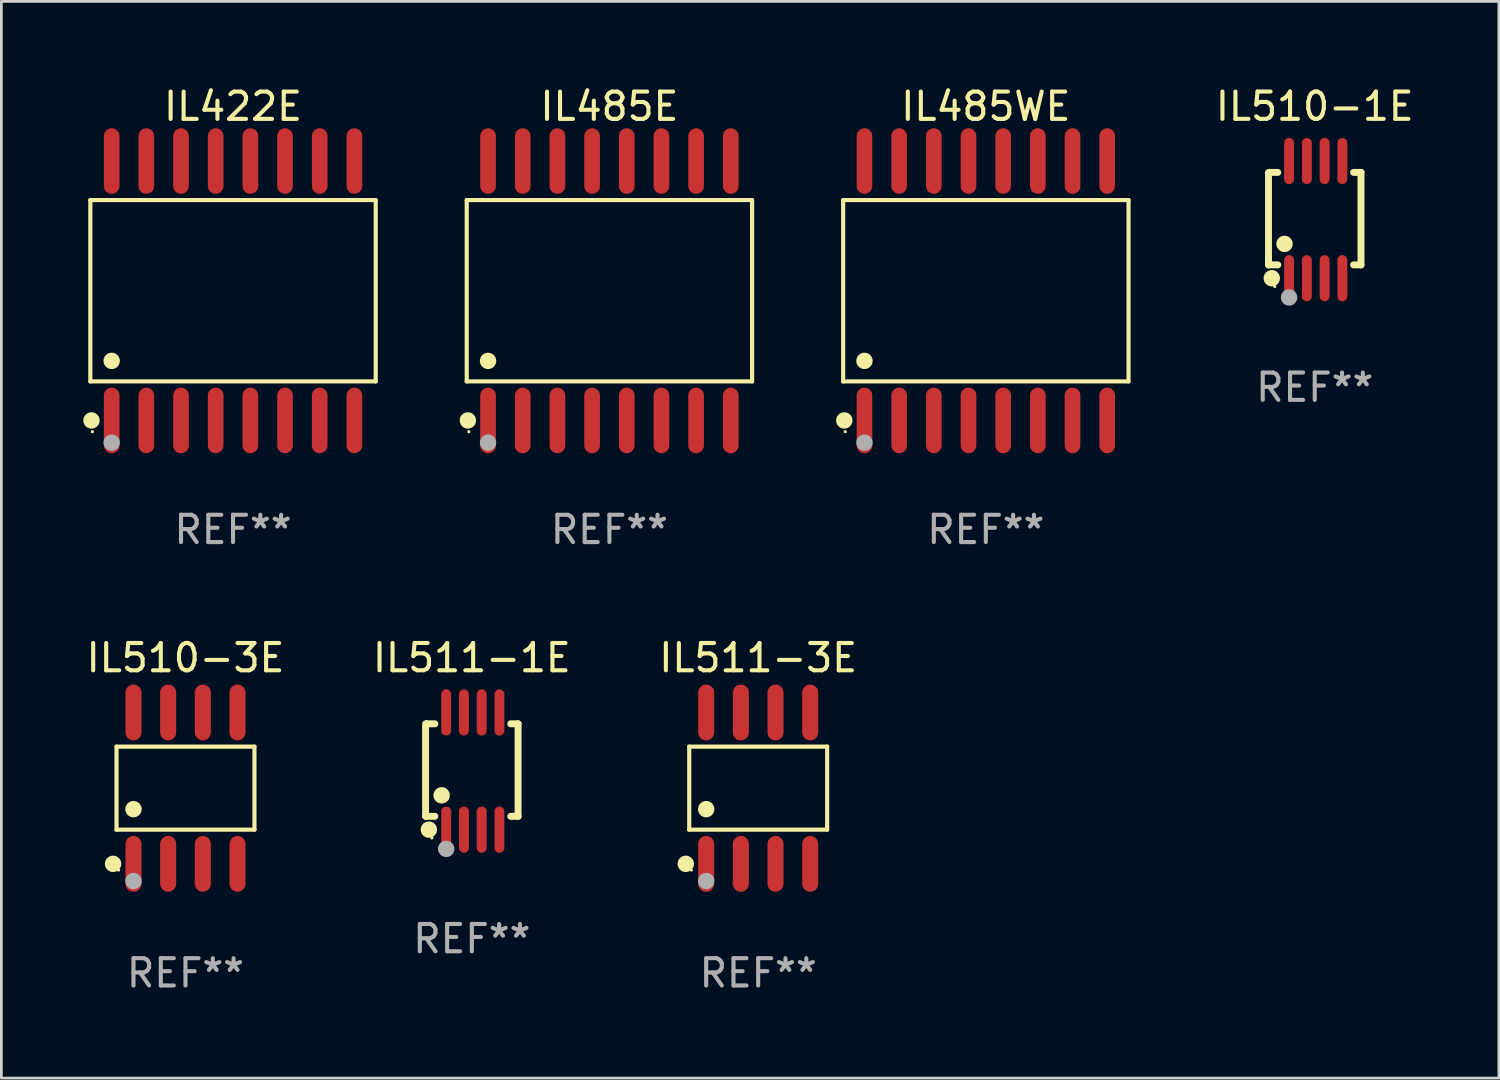
<source format=kicad_pcb>
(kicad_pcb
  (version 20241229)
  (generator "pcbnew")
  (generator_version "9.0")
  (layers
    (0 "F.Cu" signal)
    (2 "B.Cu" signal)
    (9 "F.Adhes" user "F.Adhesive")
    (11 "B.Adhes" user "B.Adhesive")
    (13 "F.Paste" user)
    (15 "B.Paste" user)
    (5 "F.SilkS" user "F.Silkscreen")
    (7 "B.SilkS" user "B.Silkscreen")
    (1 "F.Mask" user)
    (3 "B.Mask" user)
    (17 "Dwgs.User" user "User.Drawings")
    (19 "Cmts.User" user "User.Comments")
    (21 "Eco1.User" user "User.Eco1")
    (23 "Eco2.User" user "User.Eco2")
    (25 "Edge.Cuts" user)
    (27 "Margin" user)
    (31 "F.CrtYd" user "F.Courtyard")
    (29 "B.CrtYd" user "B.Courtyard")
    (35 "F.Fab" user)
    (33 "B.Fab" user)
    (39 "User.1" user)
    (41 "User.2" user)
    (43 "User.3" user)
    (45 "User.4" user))
  (footprint "IL511-3E"
    (layer "F.Cu")
    (at 24.72 25.818)
    (property "Reference" "IL511-3E" (at 0 -4.772 0) (layer "F.SilkS") (effects (font (size 1 1) (thickness 0.15))))
    (attr through_hole)
    (fp_line (start -2.526 -1.521) (end 2.526 -1.521) (stroke (width 0.152) (type solid)) (layer "F.SilkS"))
    (fp_line (start -2.526 1.521) (end -2.526 -1.521) (stroke (width 0.152) (type solid)) (layer "F.SilkS"))
    (fp_line (start 2.526 -1.521) (end 2.526 1.521) (stroke (width 0.152) (type solid)) (layer "F.SilkS"))
    (fp_line (start 2.526 1.521) (end -2.526 1.521) (stroke (width 0.152) (type solid)) (layer "F.SilkS"))
    (fp_circle (center -2.652 2.772) (end -2.501 2.772) (stroke (width 0.3) (type solid)) (fill no) (layer "F.SilkS"))
    (fp_circle (center -2.45 3) (end -2.42 3) (stroke (width 0.06) (type solid)) (fill no) (layer "F.SilkS"))
    (fp_circle (center -1.905 0.769) (end -1.755 0.769) (stroke (width 0.3) (type solid)) (fill no) (layer "F.SilkS"))
    (fp_circle (center -1.905 3.4) (end -1.755 3.4) (stroke (width 0.3) (type solid)) (fill no) (layer "F.Fab"))
    (fp_text user "REF**" (at 0 6.772 0) (layer "F.Fab") (effects (font (size 1 1) (thickness 0.15))))
    (pad "1" smd oval (at -1.905 2.772) (size 0.588 2.045) (layers "F.Cu" "F.Mask" "F.Paste"))
    (pad "2" smd oval (at -0.635 2.772) (size 0.588 2.045) (layers "F.Cu" "F.Mask" "F.Paste"))
    (pad "3" smd oval (at 0.635 2.772) (size 0.588 2.045) (layers "F.Cu" "F.Mask" "F.Paste"))
    (pad "4" smd oval (at 1.905 2.772) (size 0.588 2.045) (layers "F.Cu" "F.Mask" "F.Paste"))
    (pad "5" smd oval (at 1.905 -2.772) (size 0.588 2.045) (layers "F.Cu" "F.Mask" "F.Paste"))
    (pad "6" smd oval (at 0.635 -2.772) (size 0.588 2.045) (layers "F.Cu" "F.Mask" "F.Paste"))
    (pad "7" smd oval (at -0.635 -2.772) (size 0.588 2.045) (layers "F.Cu" "F.Mask" "F.Paste"))
    (pad "8" smd oval (at -1.905 -2.772) (size 0.588 2.045) (layers "F.Cu" "F.Mask" "F.Paste")))
  (footprint "IL485E"
    (layer "F.Cu")
    (at 19.271 7.599)
    (property "Reference" "IL485E" (at 0 -6.75 0) (layer "F.SilkS") (effects (font (size 1 1) (thickness 0.15))))
    (attr through_hole)
    (fp_line (start -5.226 -3.321) (end 5.226 -3.321) (stroke (width 0.152) (type solid)) (layer "F.SilkS"))
    (fp_line (start -5.226 3.321) (end -5.226 -3.321) (stroke (width 0.152) (type solid)) (layer "F.SilkS"))
    (fp_line (start 5.226 -3.321) (end 5.226 3.321) (stroke (width 0.152) (type solid)) (layer "F.SilkS"))
    (fp_line (start 5.226 3.321) (end -5.226 3.321) (stroke (width 0.152) (type solid)) (layer "F.SilkS"))
    (fp_circle (center -5.184 4.75) (end -5.034 4.75) (stroke (width 0.3) (type solid)) (fill no) (layer "F.SilkS"))
    (fp_circle (center -5.15 5.163) (end -5.12 5.163) (stroke (width 0.06) (type solid)) (fill no) (layer "F.SilkS"))
    (fp_circle (center -4.445 2.569) (end -4.295 2.569) (stroke (width 0.3) (type solid)) (fill no) (layer "F.SilkS"))
    (fp_circle (center -4.445 5.563) (end -4.295 5.563) (stroke (width 0.3) (type solid)) (fill no) (layer "F.Fab"))
    (fp_text user "REF**" (at 0 8.75 0) (layer "F.Fab") (effects (font (size 1 1) (thickness 0.15))))
    (pad "1" smd oval (at -4.445 4.75) (size 0.574 2.401) (layers "F.Cu" "F.Mask" "F.Paste"))
    (pad "2" smd oval (at -3.175 4.75) (size 0.574 2.401) (layers "F.Cu" "F.Mask" "F.Paste"))
    (pad "3" smd oval (at -1.905 4.75) (size 0.574 2.401) (layers "F.Cu" "F.Mask" "F.Paste"))
    (pad "4" smd oval (at -0.635 4.75) (size 0.574 2.401) (layers "F.Cu" "F.Mask" "F.Paste"))
    (pad "5" smd oval (at 0.635 4.75) (size 0.574 2.401) (layers "F.Cu" "F.Mask" "F.Paste"))
    (pad "6" smd oval (at 1.905 4.75) (size 0.574 2.401) (layers "F.Cu" "F.Mask" "F.Paste"))
    (pad "7" smd oval (at 3.175 4.75) (size 0.574 2.401) (layers "F.Cu" "F.Mask" "F.Paste"))
    (pad "8" smd oval (at 4.445 4.75) (size 0.574 2.401) (layers "F.Cu" "F.Mask" "F.Paste"))
    (pad "9" smd oval (at 4.445 -4.75) (size 0.574 2.401) (layers "F.Cu" "F.Mask" "F.Paste"))
    (pad "10" smd oval (at 3.175 -4.75) (size 0.574 2.401) (layers "F.Cu" "F.Mask" "F.Paste"))
    (pad "11" smd oval (at 1.905 -4.75) (size 0.574 2.401) (layers "F.Cu" "F.Mask" "F.Paste"))
    (pad "12" smd oval (at 0.635 -4.75) (size 0.574 2.401) (layers "F.Cu" "F.Mask" "F.Paste"))
    (pad "13" smd oval (at -0.635 -4.75) (size 0.574 2.401) (layers "F.Cu" "F.Mask" "F.Paste"))
    (pad "14" smd oval (at -1.905 -4.75) (size 0.574 2.401) (layers "F.Cu" "F.Mask" "F.Paste"))
    (pad "15" smd oval (at -3.175 -4.75) (size 0.574 2.401) (layers "F.Cu" "F.Mask" "F.Paste"))
    (pad "16" smd oval (at -4.445 -4.75) (size 0.574 2.401) (layers "F.Cu" "F.Mask" "F.Paste")))
  (footprint "IL511-1E"
    (layer "F.Cu")
    (at 14.232 25.191)
    (property "Reference" "IL511-1E" (at 0 -4.146 0) (layer "F.SilkS") (effects (font (size 1 1) (thickness 0.15))))
    (attr through_hole)
    (fp_line (start -1.694 -1.724) (end -1.694 1.652) (stroke (width 0.254) (type solid)) (layer "F.SilkS"))
    (fp_line (start -1.694 1.652) (end -1.688 1.658) (stroke (width 0.254) (type solid)) (layer "F.SilkS"))
    (fp_line (start -1.688 1.658) (end -1.353 1.658) (stroke (width 0.254) (type solid)) (layer "F.SilkS"))
    (fp_line (start -1.661 -1.73) (end -1.681 -1.71) (stroke (width 0.254) (type solid)) (layer "F.SilkS"))
    (fp_line (start -1.353 -1.73) (end -1.661 -1.73) (stroke (width 0.254) (type solid)) (layer "F.SilkS"))
    (fp_line (start 1.424 1.658) (end 1.694 1.658) (stroke (width 0.254) (type solid)) (layer "F.SilkS"))
    (fp_line (start 1.694 -1.73) (end 1.424 -1.73) (stroke (width 0.254) (type solid)) (layer "F.SilkS"))
    (fp_line (start 1.694 1.658) (end 1.694 -1.73) (stroke (width 0.254) (type solid)) (layer "F.SilkS"))
    (fp_circle (center -1.574 2.146) (end -1.424 2.146) (stroke (width 0.3) (type solid)) (fill no) (layer "F.SilkS"))
    (fp_circle (center -1.464 2.45) (end -1.434 2.45) (stroke (width 0.06) (type solid)) (fill no) (layer "F.SilkS"))
    (fp_circle (center -1.107 0.889) (end -0.957 0.889) (stroke (width 0.3) (type solid)) (fill no) (layer "F.SilkS"))
    (fp_circle (center -0.94 2.85) (end -0.789 2.85) (stroke (width 0.3) (type solid)) (fill no) (layer "F.Fab"))
    (fp_text user "REF**" (at 0 6.146 0) (layer "F.Fab") (effects (font (size 1 1) (thickness 0.15))))
    (pad "1" smd oval (at -0.94 2.146) (size 0.364 1.692) (layers "F.Cu" "F.Mask" "F.Paste"))
    (pad "2" smd oval (at -0.289 2.146) (size 0.364 1.692) (layers "F.Cu" "F.Mask" "F.Paste"))
    (pad "3" smd oval (at 0.361 2.146) (size 0.364 1.692) (layers "F.Cu" "F.Mask" "F.Paste"))
    (pad "4" smd oval (at 1.011 2.146) (size 0.364 1.692) (layers "F.Cu" "F.Mask" "F.Paste"))
    (pad "5" smd oval (at 1.011 -2.146) (size 0.364 1.692) (layers "F.Cu" "F.Mask" "F.Paste"))
    (pad "6" smd oval (at 0.361 -2.146) (size 0.364 1.692) (layers "F.Cu" "F.Mask" "F.Paste"))
    (pad "7" smd oval (at -0.289 -2.146) (size 0.364 1.692) (layers "F.Cu" "F.Mask" "F.Paste"))
    (pad "8" smd oval (at -0.94 -2.146) (size 0.364 1.692) (layers "F.Cu" "F.Mask" "F.Paste")))
  (footprint "IL485WE"
    (layer "F.Cu")
    (at 33.058 7.599)
    (property "Reference" "IL485WE" (at 0 -6.75 0) (layer "F.SilkS") (effects (font (size 1 1) (thickness 0.15))))
    (attr through_hole)
    (fp_line (start -5.226 -3.321) (end 5.226 -3.321) (stroke (width 0.152) (type solid)) (layer "F.SilkS"))
    (fp_line (start -5.226 3.321) (end -5.226 -3.321) (stroke (width 0.152) (type solid)) (layer "F.SilkS"))
    (fp_line (start 5.226 -3.321) (end 5.226 3.321) (stroke (width 0.152) (type solid)) (layer "F.SilkS"))
    (fp_line (start 5.226 3.321) (end -5.226 3.321) (stroke (width 0.152) (type solid)) (layer "F.SilkS"))
    (fp_circle (center -5.184 4.75) (end -5.034 4.75) (stroke (width 0.3) (type solid)) (fill no) (layer "F.SilkS"))
    (fp_circle (center -5.15 5.163) (end -5.12 5.163) (stroke (width 0.06) (type solid)) (fill no) (layer "F.SilkS"))
    (fp_circle (center -4.445 2.569) (end -4.295 2.569) (stroke (width 0.3) (type solid)) (fill no) (layer "F.SilkS"))
    (fp_circle (center -4.445 5.563) (end -4.295 5.563) (stroke (width 0.3) (type solid)) (fill no) (layer "F.Fab"))
    (fp_text user "REF**" (at 0 8.75 0) (layer "F.Fab") (effects (font (size 1 1) (thickness 0.15))))
    (pad "1" smd oval (at -4.445 4.75) (size 0.574 2.401) (layers "F.Cu" "F.Mask" "F.Paste"))
    (pad "2" smd oval (at -3.175 4.75) (size 0.574 2.401) (layers "F.Cu" "F.Mask" "F.Paste"))
    (pad "3" smd oval (at -1.905 4.75) (size 0.574 2.401) (layers "F.Cu" "F.Mask" "F.Paste"))
    (pad "4" smd oval (at -0.635 4.75) (size 0.574 2.401) (layers "F.Cu" "F.Mask" "F.Paste"))
    (pad "5" smd oval (at 0.635 4.75) (size 0.574 2.401) (layers "F.Cu" "F.Mask" "F.Paste"))
    (pad "6" smd oval (at 1.905 4.75) (size 0.574 2.401) (layers "F.Cu" "F.Mask" "F.Paste"))
    (pad "7" smd oval (at 3.175 4.75) (size 0.574 2.401) (layers "F.Cu" "F.Mask" "F.Paste"))
    (pad "8" smd oval (at 4.445 4.75) (size 0.574 2.401) (layers "F.Cu" "F.Mask" "F.Paste"))
    (pad "9" smd oval (at 4.445 -4.75) (size 0.574 2.401) (layers "F.Cu" "F.Mask" "F.Paste"))
    (pad "10" smd oval (at 3.175 -4.75) (size 0.574 2.401) (layers "F.Cu" "F.Mask" "F.Paste"))
    (pad "11" smd oval (at 1.905 -4.75) (size 0.574 2.401) (layers "F.Cu" "F.Mask" "F.Paste"))
    (pad "12" smd oval (at 0.635 -4.75) (size 0.574 2.401) (layers "F.Cu" "F.Mask" "F.Paste"))
    (pad "13" smd oval (at -0.635 -4.75) (size 0.574 2.401) (layers "F.Cu" "F.Mask" "F.Paste"))
    (pad "14" smd oval (at -1.905 -4.75) (size 0.574 2.401) (layers "F.Cu" "F.Mask" "F.Paste"))
    (pad "15" smd oval (at -3.175 -4.75) (size 0.574 2.401) (layers "F.Cu" "F.Mask" "F.Paste"))
    (pad "16" smd oval (at -4.445 -4.75) (size 0.574 2.401) (layers "F.Cu" "F.Mask" "F.Paste")))
  (footprint "IL422E"
    (layer "F.Cu")
    (at 5.485 7.599)
    (property "Reference" "IL422E" (at 0 -6.75 0) (layer "F.SilkS") (effects (font (size 1 1) (thickness 0.15))))
    (attr through_hole)
    (fp_line (start -5.226 -3.321) (end 5.226 -3.321) (stroke (width 0.152) (type solid)) (layer "F.SilkS"))
    (fp_line (start -5.226 3.321) (end -5.226 -3.321) (stroke (width 0.152) (type solid)) (layer "F.SilkS"))
    (fp_line (start 5.226 -3.321) (end 5.226 3.321) (stroke (width 0.152) (type solid)) (layer "F.SilkS"))
    (fp_line (start 5.226 3.321) (end -5.226 3.321) (stroke (width 0.152) (type solid)) (layer "F.SilkS"))
    (fp_circle (center -5.184 4.75) (end -5.034 4.75) (stroke (width 0.3) (type solid)) (fill no) (layer "F.SilkS"))
    (fp_circle (center -5.15 5.163) (end -5.12 5.163) (stroke (width 0.06) (type solid)) (fill no) (layer "F.SilkS"))
    (fp_circle (center -4.445 2.569) (end -4.295 2.569) (stroke (width 0.3) (type solid)) (fill no) (layer "F.SilkS"))
    (fp_circle (center -4.445 5.563) (end -4.295 5.563) (stroke (width 0.3) (type solid)) (fill no) (layer "F.Fab"))
    (fp_text user "REF**" (at 0 8.75 0) (layer "F.Fab") (effects (font (size 1 1) (thickness 0.15))))
    (pad "1" smd oval (at -4.445 4.75) (size 0.574 2.401) (layers "F.Cu" "F.Mask" "F.Paste"))
    (pad "2" smd oval (at -3.175 4.75) (size 0.574 2.401) (layers "F.Cu" "F.Mask" "F.Paste"))
    (pad "3" smd oval (at -1.905 4.75) (size 0.574 2.401) (layers "F.Cu" "F.Mask" "F.Paste"))
    (pad "4" smd oval (at -0.635 4.75) (size 0.574 2.401) (layers "F.Cu" "F.Mask" "F.Paste"))
    (pad "5" smd oval (at 0.635 4.75) (size 0.574 2.401) (layers "F.Cu" "F.Mask" "F.Paste"))
    (pad "6" smd oval (at 1.905 4.75) (size 0.574 2.401) (layers "F.Cu" "F.Mask" "F.Paste"))
    (pad "7" smd oval (at 3.175 4.75) (size 0.574 2.401) (layers "F.Cu" "F.Mask" "F.Paste"))
    (pad "8" smd oval (at 4.445 4.75) (size 0.574 2.401) (layers "F.Cu" "F.Mask" "F.Paste"))
    (pad "9" smd oval (at 4.445 -4.75) (size 0.574 2.401) (layers "F.Cu" "F.Mask" "F.Paste"))
    (pad "10" smd oval (at 3.175 -4.75) (size 0.574 2.401) (layers "F.Cu" "F.Mask" "F.Paste"))
    (pad "11" smd oval (at 1.905 -4.75) (size 0.574 2.401) (layers "F.Cu" "F.Mask" "F.Paste"))
    (pad "12" smd oval (at 0.635 -4.75) (size 0.574 2.401) (layers "F.Cu" "F.Mask" "F.Paste"))
    (pad "13" smd oval (at -0.635 -4.75) (size 0.574 2.401) (layers "F.Cu" "F.Mask" "F.Paste"))
    (pad "14" smd oval (at -1.905 -4.75) (size 0.574 2.401) (layers "F.Cu" "F.Mask" "F.Paste"))
    (pad "15" smd oval (at -3.175 -4.75) (size 0.574 2.401) (layers "F.Cu" "F.Mask" "F.Paste"))
    (pad "16" smd oval (at -4.445 -4.75) (size 0.574 2.401) (layers "F.Cu" "F.Mask" "F.Paste")))
  (footprint "IL510-1E"
    (layer "F.Cu")
    (at 45.105 4.994)
    (property "Reference" "IL510-1E" (at 0 -4.146 0) (layer "F.SilkS") (effects (font (size 1 1) (thickness 0.15))))
    (attr through_hole)
    (fp_line (start -1.694 -1.724) (end -1.694 1.652) (stroke (width 0.254) (type solid)) (layer "F.SilkS"))
    (fp_line (start -1.694 1.652) (end -1.688 1.658) (stroke (width 0.254) (type solid)) (layer "F.SilkS"))
    (fp_line (start -1.688 1.658) (end -1.353 1.658) (stroke (width 0.254) (type solid)) (layer "F.SilkS"))
    (fp_line (start -1.661 -1.73) (end -1.681 -1.71) (stroke (width 0.254) (type solid)) (layer "F.SilkS"))
    (fp_line (start -1.353 -1.73) (end -1.661 -1.73) (stroke (width 0.254) (type solid)) (layer "F.SilkS"))
    (fp_line (start 1.424 1.658) (end 1.694 1.658) (stroke (width 0.254) (type solid)) (layer "F.SilkS"))
    (fp_line (start 1.694 -1.73) (end 1.424 -1.73) (stroke (width 0.254) (type solid)) (layer "F.SilkS"))
    (fp_line (start 1.694 1.658) (end 1.694 -1.73) (stroke (width 0.254) (type solid)) (layer "F.SilkS"))
    (fp_circle (center -1.574 2.146) (end -1.424 2.146) (stroke (width 0.3) (type solid)) (fill no) (layer "F.SilkS"))
    (fp_circle (center -1.464 2.45) (end -1.434 2.45) (stroke (width 0.06) (type solid)) (fill no) (layer "F.SilkS"))
    (fp_circle (center -1.107 0.889) (end -0.957 0.889) (stroke (width 0.3) (type solid)) (fill no) (layer "F.SilkS"))
    (fp_circle (center -0.94 2.85) (end -0.789 2.85) (stroke (width 0.3) (type solid)) (fill no) (layer "F.Fab"))
    (fp_text user "REF**" (at 0 6.146 0) (layer "F.Fab") (effects (font (size 1 1) (thickness 0.15))))
    (pad "1" smd oval (at -0.94 2.146) (size 0.364 1.692) (layers "F.Cu" "F.Mask" "F.Paste"))
    (pad "2" smd oval (at -0.289 2.146) (size 0.364 1.692) (layers "F.Cu" "F.Mask" "F.Paste"))
    (pad "3" smd oval (at 0.361 2.146) (size 0.364 1.692) (layers "F.Cu" "F.Mask" "F.Paste"))
    (pad "4" smd oval (at 1.011 2.146) (size 0.364 1.692) (layers "F.Cu" "F.Mask" "F.Paste"))
    (pad "5" smd oval (at 1.011 -2.146) (size 0.364 1.692) (layers "F.Cu" "F.Mask" "F.Paste"))
    (pad "6" smd oval (at 0.361 -2.146) (size 0.364 1.692) (layers "F.Cu" "F.Mask" "F.Paste"))
    (pad "7" smd oval (at -0.289 -2.146) (size 0.364 1.692) (layers "F.Cu" "F.Mask" "F.Paste"))
    (pad "8" smd oval (at -0.94 -2.146) (size 0.364 1.692) (layers "F.Cu" "F.Mask" "F.Paste")))
  (footprint "IL510-3E"
    (layer "F.Cu")
    (at 3.744 25.818)
    (property "Reference" "IL510-3E" (at 0 -4.772 0) (layer "F.SilkS") (effects (font (size 1 1) (thickness 0.15))))
    (attr through_hole)
    (fp_line (start -2.526 -1.521) (end 2.526 -1.521) (stroke (width 0.152) (type solid)) (layer "F.SilkS"))
    (fp_line (start -2.526 1.521) (end -2.526 -1.521) (stroke (width 0.152) (type solid)) (layer "F.SilkS"))
    (fp_line (start 2.526 -1.521) (end 2.526 1.521) (stroke (width 0.152) (type solid)) (layer "F.SilkS"))
    (fp_line (start 2.526 1.521) (end -2.526 1.521) (stroke (width 0.152) (type solid)) (layer "F.SilkS"))
    (fp_circle (center -2.652 2.772) (end -2.501 2.772) (stroke (width 0.3) (type solid)) (fill no) (layer "F.SilkS"))
    (fp_circle (center -2.45 3) (end -2.42 3) (stroke (width 0.06) (type solid)) (fill no) (layer "F.SilkS"))
    (fp_circle (center -1.905 0.769) (end -1.755 0.769) (stroke (width 0.3) (type solid)) (fill no) (layer "F.SilkS"))
    (fp_circle (center -1.905 3.4) (end -1.755 3.4) (stroke (width 0.3) (type solid)) (fill no) (layer "F.Fab"))
    (fp_text user "REF**" (at 0 6.772 0) (layer "F.Fab") (effects (font (size 1 1) (thickness 0.15))))
    (pad "1" smd oval (at -1.905 2.772) (size 0.588 2.045) (layers "F.Cu" "F.Mask" "F.Paste"))
    (pad "2" smd oval (at -0.635 2.772) (size 0.588 2.045) (layers "F.Cu" "F.Mask" "F.Paste"))
    (pad "3" smd oval (at 0.635 2.772) (size 0.588 2.045) (layers "F.Cu" "F.Mask" "F.Paste"))
    (pad "4" smd oval (at 1.905 2.772) (size 0.588 2.045) (layers "F.Cu" "F.Mask" "F.Paste"))
    (pad "5" smd oval (at 1.905 -2.772) (size 0.588 2.045) (layers "F.Cu" "F.Mask" "F.Paste"))
    (pad "6" smd oval (at 0.635 -2.772) (size 0.588 2.045) (layers "F.Cu" "F.Mask" "F.Paste"))
    (pad "7" smd oval (at -0.635 -2.772) (size 0.588 2.045) (layers "F.Cu" "F.Mask" "F.Paste"))
    (pad "8" smd oval (at -1.905 -2.772) (size 0.588 2.045) (layers "F.Cu" "F.Mask" "F.Paste")))
  (gr_rect
    (start -3 -3)
    (end 51.849 36.438)
    (stroke (width 0.1) (type default))
    (fill no)
    (layer "Edge.Cuts")))
</source>
